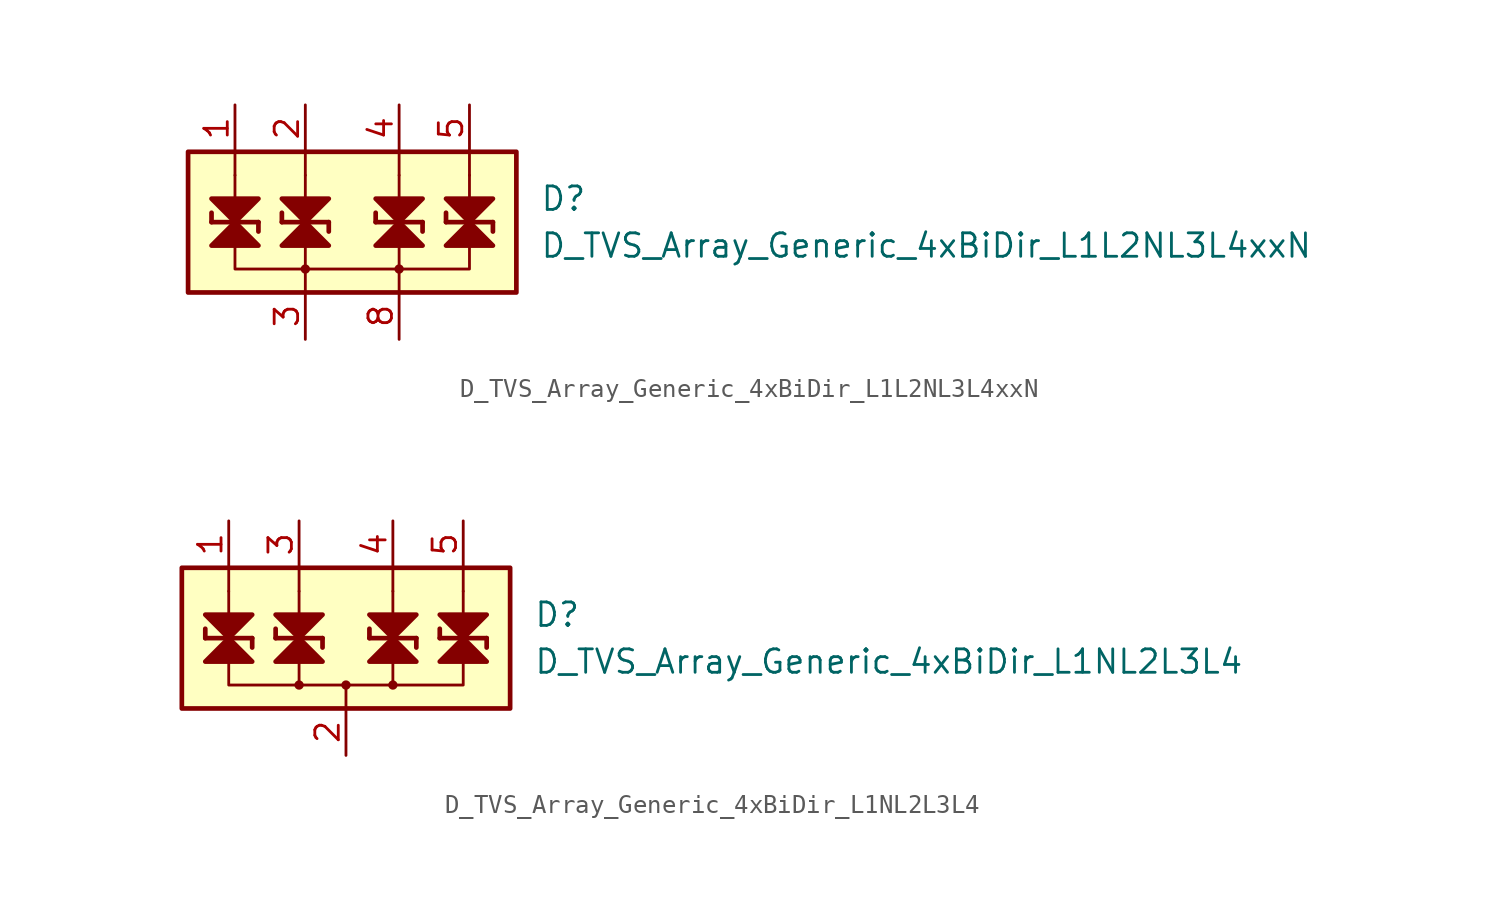
<source format=kicad_sym>
(kicad_symbol_lib
  (version 20211014)
  (generator kicad_symbol_editor)
  (symbol "D_TVS_Array_Generic_4xBiDir_L1L2NL3L4xxN"
    (pin_names
      (offset 1.016) hide)
    (property "Reference" "D"
      (at 10.16 1.27 0)
      (effects (font (size 1.27 1.27)) (justify left)))
    (property "Value" "D_TVS_Array_Generic_4xBiDir_L1L2NL3L4xxN"
      (at 10.16 -1.27 0)
      (effects (font (size 1.27 1.27)) (justify left)))
    (symbol "D_TVS_Array_Generic_4xBiDir_L1L2NL3L4xxN_0_1"
      (polyline (pts (xy -6.35 2.54) (xy -6.35 1.27)) (stroke (width 0) (type default) (color 0 0 0 0)) (fill (type none)))
      (polyline (pts (xy -6.35 2.54) (xy -6.35 3.81)) (stroke (width 0) (type default) (color 0 0 0 0)) (fill (type none)))
      (polyline (pts (xy -2.54 -3.81) (xy -2.54 -2.54)) (stroke (width 0) (type default) (color 0 0 0 0)) (fill (type none)))
      (polyline (pts (xy -2.54 -1.27) (xy -2.54 -2.54)) (stroke (width 0) (type default) (color 0 0 0 0)) (fill (type none)))
      (polyline (pts (xy -2.54 2.54) (xy -2.54 1.27)) (stroke (width 0) (type default) (color 0 0 0 0)) (fill (type none)))
      (polyline (pts (xy -2.54 2.54) (xy -2.54 3.81)) (stroke (width 0) (type default) (color 0 0 0 0)) (fill (type none)))
      (polyline (pts (xy 2.54 -3.81) (xy 2.54 -2.54)) (stroke (width 0) (type default) (color 0 0 0 0)) (fill (type none)))
      (polyline (pts (xy 2.54 -1.27) (xy 2.54 -2.54)) (stroke (width 0) (type default) (color 0 0 0 0)) (fill (type none)))
      (polyline (pts (xy 2.54 2.54) (xy 2.54 1.27)) (stroke (width 0) (type default) (color 0 0 0 0)) (fill (type none)))
      (polyline (pts (xy 2.54 2.54) (xy 2.54 3.81)) (stroke (width 0) (type default) (color 0 0 0 0)) (fill (type none)))
      (polyline (pts (xy 6.35 2.54) (xy 6.35 1.27)) (stroke (width 0) (type default) (color 0 0 0 0)) (fill (type none)))
      (polyline (pts (xy 6.35 2.54) (xy 6.35 3.81)) (stroke (width 0) (type default) (color 0 0 0 0)) (fill (type none)))
      (polyline (pts (xy -6.35 -1.27) (xy -6.35 -2.54) (xy 6.35 -2.54) (xy 6.35 -1.27)) (stroke (width 0) (type default) (color 0 0 0 0)) (fill (type none)))
      (rectangle (start 8.89 -3.81) (end -8.89 3.81) (stroke (width 0.254) (type default) (color 0 0 0 0)) (fill (type background))))
    (symbol "D_TVS_Array_Generic_4xBiDir_L1L2NL3L4xxN_1_1"
      (circle (center -2.54 -2.54) (radius 0.178) (stroke (width 0) (type default) (color 0 0 0 0)) (fill (type outline)))
      (polyline (pts (xy -7.62 0) (xy -7.62 0.508)) (stroke (width 0.254) (type default) (color 0 0 0 0)) (fill (type none)))
      (polyline (pts (xy -7.62 0) (xy -5.08 0)) (stroke (width 0.254) (type default) (color 0 0 0 0)) (fill (type none)))
      (polyline (pts (xy -6.35 1.27) (xy -6.35 -1.27)) (stroke (width 0) (type default) (color 0 0 0 0)) (fill (type none)))
      (polyline (pts (xy -5.08 0) (xy -5.08 -0.508)) (stroke (width 0.254) (type default) (color 0 0 0 0)) (fill (type none)))
      (polyline (pts (xy -3.81 0) (xy -3.81 0.508)) (stroke (width 0.254) (type default) (color 0 0 0 0)) (fill (type none)))
      (polyline (pts (xy -3.81 0) (xy -1.27 0)) (stroke (width 0.254) (type default) (color 0 0 0 0)) (fill (type none)))
      (polyline (pts (xy -2.54 1.27) (xy -2.54 -1.27)) (stroke (width 0) (type default) (color 0 0 0 0)) (fill (type none)))
      (polyline (pts (xy -1.27 0) (xy -1.27 -0.508)) (stroke (width 0.254) (type default) (color 0 0 0 0)) (fill (type none)))
      (polyline (pts (xy 1.27 0) (xy 1.27 0.508)) (stroke (width 0.254) (type default) (color 0 0 0 0)) (fill (type none)))
      (polyline (pts (xy 1.27 0) (xy 3.81 0)) (stroke (width 0.254) (type default) (color 0 0 0 0)) (fill (type none)))
      (polyline (pts (xy 2.54 1.27) (xy 2.54 -1.27)) (stroke (width 0) (type default) (color 0 0 0 0)) (fill (type none)))
      (polyline (pts (xy 3.81 0) (xy 3.81 -0.508)) (stroke (width 0.254) (type default) (color 0 0 0 0)) (fill (type none)))
      (polyline (pts (xy 5.08 0) (xy 5.08 0.508)) (stroke (width 0.254) (type default) (color 0 0 0 0)) (fill (type none)))
      (polyline (pts (xy 5.08 0) (xy 7.62 0)) (stroke (width 0.254) (type default) (color 0 0 0 0)) (fill (type none)))
      (polyline (pts (xy 6.35 1.27) (xy 6.35 -1.27)) (stroke (width 0) (type default) (color 0 0 0 0)) (fill (type none)))
      (polyline (pts (xy 7.62 0) (xy 7.62 -0.508)) (stroke (width 0.254) (type default) (color 0 0 0 0)) (fill (type none)))
      (polyline (pts (xy -7.62 1.27) (xy -5.08 1.27) (xy -6.35 0) (xy -7.62 1.27)) (stroke (width 0.254) (type default) (color 0 0 0 0)) (fill (type outline)))
      (polyline (pts (xy -6.35 0) (xy -7.62 -1.27) (xy -5.08 -1.27) (xy -6.35 0)) (stroke (width 0.254) (type default) (color 0 0 0 0)) (fill (type outline)))
      (polyline (pts (xy -3.81 1.27) (xy -1.27 1.27) (xy -2.54 0) (xy -3.81 1.27)) (stroke (width 0.254) (type default) (color 0 0 0 0)) (fill (type outline)))
      (polyline (pts (xy -2.54 0) (xy -3.81 -1.27) (xy -1.27 -1.27) (xy -2.54 0)) (stroke (width 0.254) (type default) (color 0 0 0 0)) (fill (type outline)))
      (polyline (pts (xy 1.27 1.27) (xy 3.81 1.27) (xy 2.54 0) (xy 1.27 1.27)) (stroke (width 0.254) (type default) (color 0 0 0 0)) (fill (type outline)))
      (polyline (pts (xy 2.54 0) (xy 1.27 -1.27) (xy 3.81 -1.27) (xy 2.54 0)) (stroke (width 0.254) (type default) (color 0 0 0 0)) (fill (type outline)))
      (polyline (pts (xy 5.08 1.27) (xy 7.62 1.27) (xy 6.35 0) (xy 5.08 1.27)) (stroke (width 0.254) (type default) (color 0 0 0 0)) (fill (type outline)))
      (polyline (pts (xy 6.35 0) (xy 5.08 -1.27) (xy 7.62 -1.27) (xy 6.35 0)) (stroke (width 0.254) (type default) (color 0 0 0 0)) (fill (type outline)))
      (circle (center 2.54 -2.54) (radius 0.178) (stroke (width 0) (type default) (color 0 0 0 0)) (fill (type outline)))
      (pin passive line (at -6.35 6.35 270) (length 2.54) (name "L1" (effects (font (size 1.27 1.27)))) (number "1" (effects (font (size 1.27 1.27)))))
      (pin passive line (at -2.54 6.35 270) (length 2.54) (name "L2" (effects (font (size 1.27 1.27)))) (number "2" (effects (font (size 1.27 1.27)))))
      (pin passive line (at -2.54 -6.35 90) (length 2.54) (name "VN" (effects (font (size 1.27 1.27)))) (number "3" (effects (font (size 1.27 1.27)))))
      (pin passive line (at 2.54 6.35 270) (length 2.54) (name "L3" (effects (font (size 1.27 1.27)))) (number "4" (effects (font (size 1.27 1.27)))))
      (pin passive line (at 6.35 6.35 270) (length 2.54) (name "L4" (effects (font (size 1.27 1.27)))) (number "5" (effects (font (size 1.27 1.27)))))
      (pin passive line (at 2.54 -6.35 90) (length 2.54) (name "VN" (effects (font (size 1.27 1.27)))) (number "8" (effects (font (size 1.27 1.27)))))))
  (symbol "D_TVS_Array_Generic_4xBiDir_L1NL2L3L4"
    (pin_names
      (offset 1.016) hide)
    (property "Reference" "D"
      (at 10.16 1.27 0)
      (effects (font (size 1.27 1.27)) (justify left)))
    (property "Value" "D_TVS_Array_Generic_4xBiDir_L1NL2L3L4"
      (at 10.16 -1.27 0)
      (effects (font (size 1.27 1.27)) (justify left)))
    (symbol "D_TVS_Array_Generic_4xBiDir_L1NL2L3L4_0_1"
      (polyline (pts (xy -6.35 2.54) (xy -6.35 1.27)) (stroke (width 0) (type default) (color 0 0 0 0)) (fill (type none)))
      (polyline (pts (xy -6.35 2.54) (xy -6.35 3.81)) (stroke (width 0) (type default) (color 0 0 0 0)) (fill (type none)))
      (polyline (pts (xy -2.54 -1.27) (xy -2.54 -2.54)) (stroke (width 0) (type default) (color 0 0 0 0)) (fill (type none)))
      (polyline (pts (xy -2.54 2.54) (xy -2.54 1.27)) (stroke (width 0) (type default) (color 0 0 0 0)) (fill (type none)))
      (polyline (pts (xy -2.54 2.54) (xy -2.54 3.81)) (stroke (width 0) (type default) (color 0 0 0 0)) (fill (type none)))
      (polyline (pts (xy 0 -2.54) (xy 0 -3.81)) (stroke (width 0) (type default) (color 0 0 0 0)) (fill (type none)))
      (polyline (pts (xy 2.54 -1.27) (xy 2.54 -2.54)) (stroke (width 0) (type default) (color 0 0 0 0)) (fill (type none)))
      (polyline (pts (xy 2.54 2.54) (xy 2.54 1.27)) (stroke (width 0) (type default) (color 0 0 0 0)) (fill (type none)))
      (polyline (pts (xy 2.54 2.54) (xy 2.54 3.81)) (stroke (width 0) (type default) (color 0 0 0 0)) (fill (type none)))
      (polyline (pts (xy 6.35 2.54) (xy 6.35 1.27)) (stroke (width 0) (type default) (color 0 0 0 0)) (fill (type none)))
      (polyline (pts (xy 6.35 2.54) (xy 6.35 3.81)) (stroke (width 0) (type default) (color 0 0 0 0)) (fill (type none)))
      (polyline (pts (xy -6.35 -1.27) (xy -6.35 -2.54) (xy 6.35 -2.54) (xy 6.35 -1.27)) (stroke (width 0) (type default) (color 0 0 0 0)) (fill (type none)))
      (rectangle (start 8.89 -3.81) (end -8.89 3.81) (stroke (width 0.254) (type default) (color 0 0 0 0)) (fill (type background))))
    (symbol "D_TVS_Array_Generic_4xBiDir_L1NL2L3L4_1_1"
      (circle (center -2.54 -2.54) (radius 0.178) (stroke (width 0) (type default) (color 0 0 0 0)) (fill (type outline)))
      (circle (center 0 -2.54) (radius 0.178) (stroke (width 0) (type default) (color 0 0 0 0)) (fill (type outline)))
      (polyline (pts (xy -7.62 0) (xy -7.62 0.508)) (stroke (width 0.254) (type default) (color 0 0 0 0)) (fill (type none)))
      (polyline (pts (xy -7.62 0) (xy -5.08 0)) (stroke (width 0.254) (type default) (color 0 0 0 0)) (fill (type none)))
      (polyline (pts (xy -6.35 1.27) (xy -6.35 -1.27)) (stroke (width 0) (type default) (color 0 0 0 0)) (fill (type none)))
      (polyline (pts (xy -5.08 0) (xy -5.08 -0.508)) (stroke (width 0.254) (type default) (color 0 0 0 0)) (fill (type none)))
      (polyline (pts (xy -3.81 0) (xy -3.81 0.508)) (stroke (width 0.254) (type default) (color 0 0 0 0)) (fill (type none)))
      (polyline (pts (xy -3.81 0) (xy -1.27 0)) (stroke (width 0.254) (type default) (color 0 0 0 0)) (fill (type none)))
      (polyline (pts (xy -2.54 1.27) (xy -2.54 -1.27)) (stroke (width 0) (type default) (color 0 0 0 0)) (fill (type none)))
      (polyline (pts (xy -1.27 0) (xy -1.27 -0.508)) (stroke (width 0.254) (type default) (color 0 0 0 0)) (fill (type none)))
      (polyline (pts (xy 1.27 0) (xy 1.27 0.508)) (stroke (width 0.254) (type default) (color 0 0 0 0)) (fill (type none)))
      (polyline (pts (xy 1.27 0) (xy 3.81 0)) (stroke (width 0.254) (type default) (color 0 0 0 0)) (fill (type none)))
      (polyline (pts (xy 2.54 1.27) (xy 2.54 -1.27)) (stroke (width 0) (type default) (color 0 0 0 0)) (fill (type none)))
      (polyline (pts (xy 3.81 0) (xy 3.81 -0.508)) (stroke (width 0.254) (type default) (color 0 0 0 0)) (fill (type none)))
      (polyline (pts (xy 5.08 0) (xy 5.08 0.508)) (stroke (width 0.254) (type default) (color 0 0 0 0)) (fill (type none)))
      (polyline (pts (xy 5.08 0) (xy 7.62 0)) (stroke (width 0.254) (type default) (color 0 0 0 0)) (fill (type none)))
      (polyline (pts (xy 6.35 1.27) (xy 6.35 -1.27)) (stroke (width 0) (type default) (color 0 0 0 0)) (fill (type none)))
      (polyline (pts (xy 7.62 0) (xy 7.62 -0.508)) (stroke (width 0.254) (type default) (color 0 0 0 0)) (fill (type none)))
      (polyline (pts (xy -7.62 1.27) (xy -5.08 1.27) (xy -6.35 0) (xy -7.62 1.27)) (stroke (width 0.254) (type default) (color 0 0 0 0)) (fill (type outline)))
      (polyline (pts (xy -6.35 0) (xy -7.62 -1.27) (xy -5.08 -1.27) (xy -6.35 0)) (stroke (width 0.254) (type default) (color 0 0 0 0)) (fill (type outline)))
      (polyline (pts (xy -3.81 1.27) (xy -1.27 1.27) (xy -2.54 0) (xy -3.81 1.27)) (stroke (width 0.254) (type default) (color 0 0 0 0)) (fill (type outline)))
      (polyline (pts (xy -2.54 0) (xy -3.81 -1.27) (xy -1.27 -1.27) (xy -2.54 0)) (stroke (width 0.254) (type default) (color 0 0 0 0)) (fill (type outline)))
      (polyline (pts (xy 1.27 1.27) (xy 3.81 1.27) (xy 2.54 0) (xy 1.27 1.27)) (stroke (width 0.254) (type default) (color 0 0 0 0)) (fill (type outline)))
      (polyline (pts (xy 2.54 0) (xy 1.27 -1.27) (xy 3.81 -1.27) (xy 2.54 0)) (stroke (width 0.254) (type default) (color 0 0 0 0)) (fill (type outline)))
      (polyline (pts (xy 5.08 1.27) (xy 7.62 1.27) (xy 6.35 0) (xy 5.08 1.27)) (stroke (width 0.254) (type default) (color 0 0 0 0)) (fill (type outline)))
      (polyline (pts (xy 6.35 0) (xy 5.08 -1.27) (xy 7.62 -1.27) (xy 6.35 0)) (stroke (width 0.254) (type default) (color 0 0 0 0)) (fill (type outline)))
      (circle (center 2.54 -2.54) (radius 0.178) (stroke (width 0) (type default) (color 0 0 0 0)) (fill (type outline)))
      (pin passive line (at -6.35 6.35 270) (length 2.54) (name "L1" (effects (font (size 1.27 1.27)))) (number "1" (effects (font (size 1.27 1.27)))))
      (pin passive line (at 0 -6.35 90) (length 2.54) (name "VN" (effects (font (size 1.27 1.27)))) (number "2" (effects (font (size 1.27 1.27)))))
      (pin passive line (at -2.54 6.35 270) (length 2.54) (name "L2" (effects (font (size 1.27 1.27)))) (number "3" (effects (font (size 1.27 1.27)))))
      (pin passive line (at 2.54 6.35 270) (length 2.54) (name "L3" (effects (font (size 1.27 1.27)))) (number "4" (effects (font (size 1.27 1.27)))))
      (pin passive line (at 6.35 6.35 270) (length 2.54) (name "L4" (effects (font (size 1.27 1.27)))) (number "5" (effects (font (size 1.27 1.27))))))))
</source>
